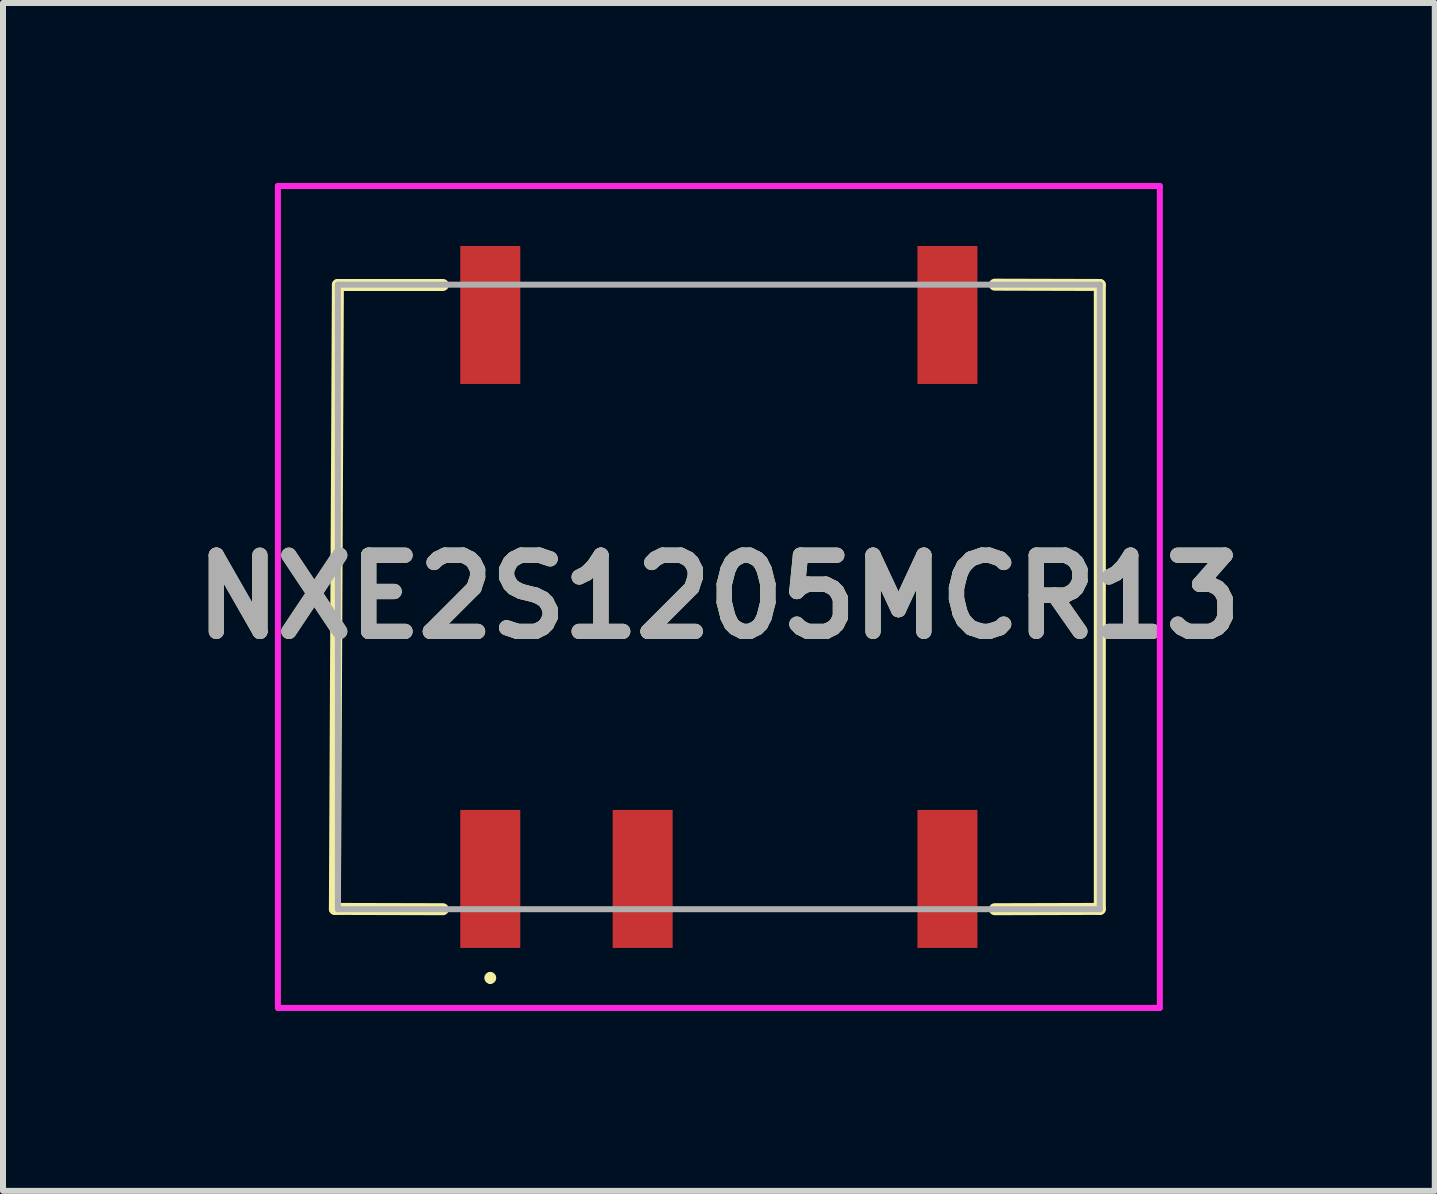
<source format=kicad_pcb>
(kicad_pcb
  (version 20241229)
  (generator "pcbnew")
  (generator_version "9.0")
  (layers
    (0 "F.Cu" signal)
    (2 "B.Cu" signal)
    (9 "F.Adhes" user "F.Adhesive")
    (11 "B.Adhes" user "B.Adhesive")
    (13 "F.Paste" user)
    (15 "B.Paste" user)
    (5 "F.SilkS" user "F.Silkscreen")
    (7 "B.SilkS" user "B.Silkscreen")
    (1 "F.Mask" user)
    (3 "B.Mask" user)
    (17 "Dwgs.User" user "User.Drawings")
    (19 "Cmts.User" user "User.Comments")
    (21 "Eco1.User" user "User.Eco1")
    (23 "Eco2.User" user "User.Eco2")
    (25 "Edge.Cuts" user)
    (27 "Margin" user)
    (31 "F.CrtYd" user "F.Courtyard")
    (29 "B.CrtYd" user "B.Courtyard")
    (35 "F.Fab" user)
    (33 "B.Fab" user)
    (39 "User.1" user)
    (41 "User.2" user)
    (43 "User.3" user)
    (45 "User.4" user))
  (footprint "NXE2S1205MCR13"
    (layer "F.Cu")
    (at 8.932 6.9)
    (property "Reference" "NXE2S1205MCR13" (at 0 0 0) (layer "F.SilkS") (effects (font (size 1.27 1.27) (thickness 0.254))))
    (attr smd)
    (fp_line (start -6.4 5.2) (end -4.6 5.205) (stroke (width 0.2) (type solid)) (layer "F.SilkS"))
    (fp_line (start -6.35 -5.2) (end -6.4 5.2) (stroke (width 0.2) (type solid)) (layer "F.SilkS"))
    (fp_line (start -4.6 -5.2) (end -6.35 -5.2) (stroke (width 0.2) (type solid)) (layer "F.SilkS"))
    (fp_line (start -3.81 6.3) (end -3.81 6.3) (stroke (width 0.1) (type solid)) (layer "F.SilkS"))
    (fp_line (start -3.81 6.4) (end -3.81 6.4) (stroke (width 0.1) (type solid)) (layer "F.SilkS"))
    (fp_line (start 4.6 -5.205) (end 6.35 -5.2) (stroke (width 0.2) (type solid)) (layer "F.SilkS"))
    (fp_line (start 6.35 -5.2) (end 6.35 5.2) (stroke (width 0.2) (type solid)) (layer "F.SilkS"))
    (fp_line (start 6.35 5.2) (end 4.6 5.205) (stroke (width 0.2) (type solid)) (layer "F.SilkS"))
    (fp_arc (start -3.81 6.3) (mid -3.76 6.35) (end -3.81 6.4) (stroke (width 0.1) (type solid)) (layer "F.SilkS"))
    (fp_arc (start -3.81 6.4) (mid -3.86 6.35) (end -3.81 6.3) (stroke (width 0.1) (type solid)) (layer "F.SilkS"))
    (fp_line (start -7.35 -6.85) (end 7.35 -6.85) (stroke (width 0.1) (type solid)) (layer "F.CrtYd"))
    (fp_line (start -7.35 6.85) (end -7.35 -6.85) (stroke (width 0.1) (type solid)) (layer "F.CrtYd"))
    (fp_line (start 7.35 -6.85) (end 7.35 6.85) (stroke (width 0.1) (type solid)) (layer "F.CrtYd"))
    (fp_line (start 7.35 6.85) (end -7.35 6.85) (stroke (width 0.1) (type solid)) (layer "F.CrtYd"))
    (fp_line (start -6.35 -5.205) (end 6.35 -5.205) (stroke (width 0.1) (type solid)) (layer "F.Fab"))
    (fp_line (start -6.35 5.205) (end -6.35 -5.205) (stroke (width 0.1) (type solid)) (layer "F.Fab"))
    (fp_line (start 6.35 -5.205) (end 6.35 5.205) (stroke (width 0.1) (type solid)) (layer "F.Fab"))
    (fp_line (start 6.35 5.205) (end -6.35 5.205) (stroke (width 0.1) (type solid)) (layer "F.Fab"))
    (fp_text user "${REFERENCE}" (at 0 0 0) (layer "F.Fab") (effects (font (size 1.27 1.27) (thickness 0.254))))
    (pad "1" smd rect (at -3.81 4.7) (size 1 2.3) (layers "F.Cu" "F.Mask" "F.Paste"))
    (pad "3" smd rect (at -1.27 4.7) (size 1 2.3) (layers "F.Cu" "F.Mask" "F.Paste"))
    (pad "7" smd rect (at 3.81 4.7) (size 1 2.3) (layers "F.Cu" "F.Mask" "F.Paste"))
    (pad "8" smd rect (at 3.81 -4.7) (size 1 2.3) (layers "F.Cu" "F.Mask" "F.Paste"))
    (pad "14" smd rect (at -3.81 -4.7) (size 1 2.3) (layers "F.Cu" "F.Mask" "F.Paste")))
  (gr_rect
    (start -3 -3)
    (end 20.865 16.8)
    (stroke (width 0.1) (type default))
    (fill no)
    (layer "Edge.Cuts")))
</source>
